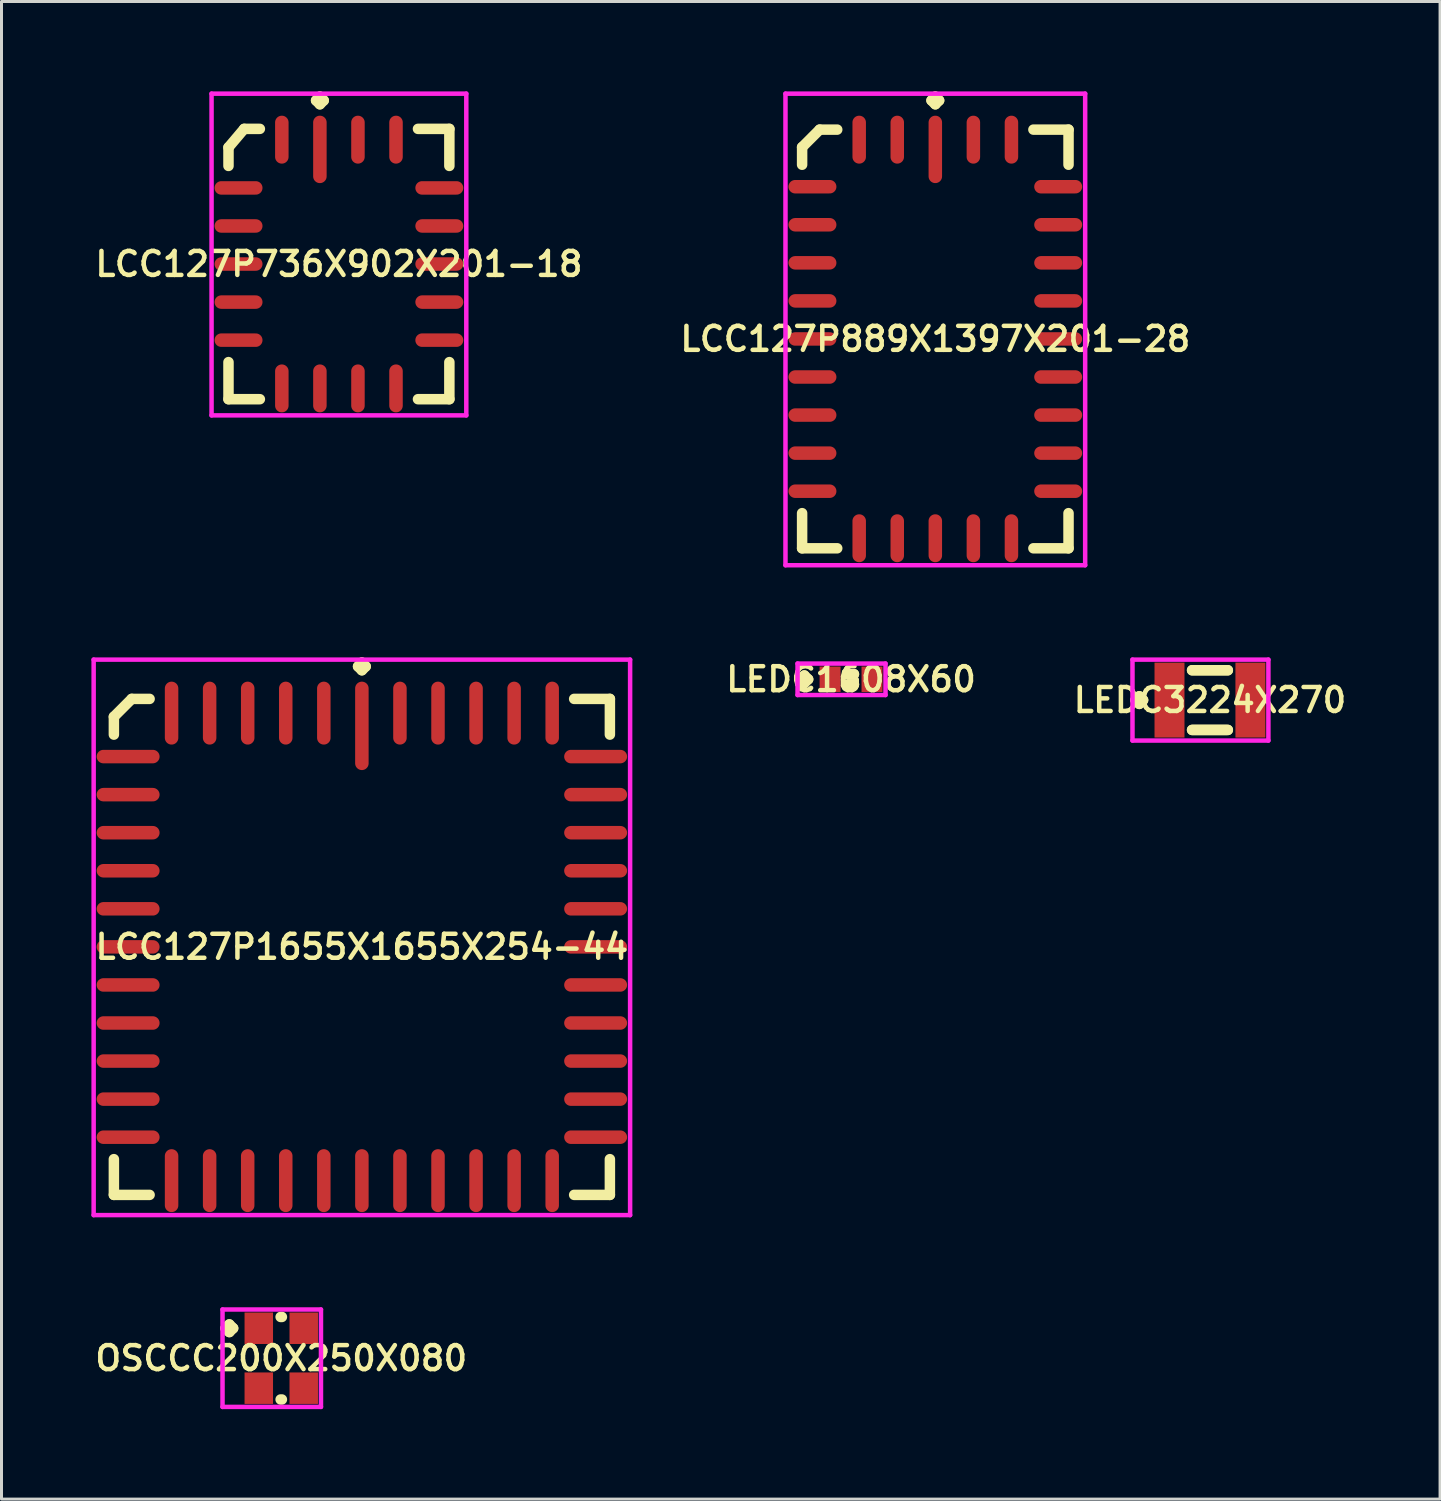
<source format=kicad_pcb>
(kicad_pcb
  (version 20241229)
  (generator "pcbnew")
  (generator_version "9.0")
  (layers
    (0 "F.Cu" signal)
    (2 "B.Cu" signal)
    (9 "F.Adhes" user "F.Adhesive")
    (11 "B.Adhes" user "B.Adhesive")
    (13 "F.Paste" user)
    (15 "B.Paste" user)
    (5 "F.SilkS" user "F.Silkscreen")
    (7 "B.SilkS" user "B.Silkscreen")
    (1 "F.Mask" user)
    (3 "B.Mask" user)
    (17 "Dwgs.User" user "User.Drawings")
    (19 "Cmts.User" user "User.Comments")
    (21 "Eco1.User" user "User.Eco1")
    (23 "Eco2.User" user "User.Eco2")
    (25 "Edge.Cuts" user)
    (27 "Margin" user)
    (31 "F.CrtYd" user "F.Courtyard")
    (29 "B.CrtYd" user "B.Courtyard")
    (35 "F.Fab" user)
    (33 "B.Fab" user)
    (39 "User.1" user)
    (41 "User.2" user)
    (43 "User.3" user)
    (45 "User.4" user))
  (footprint "OSCCC200X250X080"
    (layer "F.Cu")
    (at 6.335 42.27)
    (property "Reference" "OSCCC200X250X080" (at 0 0 0) (layer "F.SilkS") (effects (font (size 0.8 0.8) (thickness 0.15))))
    (attr smd)
    (fp_line (start -1.86 -1) (end -1.733 -1.127) (stroke (width 0.35) (type solid)) (layer "F.SilkS"))
    (fp_line (start -1.733 -1.127) (end -1.606 -1) (stroke (width 0.35) (type solid)) (layer "F.SilkS"))
    (fp_line (start -1.733 -0.873) (end -1.86 -1) (stroke (width 0.35) (type solid)) (layer "F.SilkS"))
    (fp_line (start -1.606 -1) (end -1.733 -0.873) (stroke (width 0.35) (type solid)) (layer "F.SilkS"))
    (fp_line (start -0.021 -1.377) (end 0.021 -1.377) (stroke (width 0.35) (type solid)) (layer "F.SilkS"))
    (fp_line (start -0.021 1.377) (end 0.021 1.377) (stroke (width 0.35) (type solid)) (layer "F.SilkS"))
    (fp_line (start -1.96 -1.625) (end 1.325 -1.625) (stroke (width 0.15) (type solid)) (layer "F.CrtYd"))
    (fp_line (start -1.96 1.625) (end -1.96 -1.625) (stroke (width 0.15) (type solid)) (layer "F.CrtYd"))
    (fp_line (start 1.325 -1.625) (end 1.325 1.625) (stroke (width 0.15) (type solid)) (layer "F.CrtYd"))
    (fp_line (start 1.325 1.625) (end -1.96 1.625) (stroke (width 0.15) (type solid)) (layer "F.CrtYd"))
    (pad "1" smd rect (at -0.75 -1) (size 0.95 1.05) (layers "F.Cu" "F.Mask" "F.Paste"))
    (pad "2" smd rect (at -0.75 1) (size 0.95 1.05) (layers "F.Cu" "F.Mask" "F.Paste"))
    (pad "3" smd rect (at 0.75 1) (size 0.95 1.05) (layers "F.Cu" "F.Mask" "F.Paste"))
    (pad "4" smd rect (at 0.75 -1) (size 0.95 1.05) (layers "F.Cu" "F.Mask" "F.Paste")))
  (footprint "LCC127P736X902X201-18"
    (layer "F.Cu")
    (at 8.259 5.76)
    (property "Reference" "LCC127P736X902X201-18" (at 0 0 0) (layer "F.SilkS") (effects (font (size 0.8 0.8) (thickness 0.15))))
    (attr smd)
    (fp_line (start -3.685 -3.892) (end -3.162 -4.51) (stroke (width 0.35) (type solid)) (layer "F.SilkS"))
    (fp_line (start -3.685 -3.273) (end -3.685 -3.892) (stroke (width 0.35) (type solid)) (layer "F.SilkS"))
    (fp_line (start -3.685 3.273) (end -3.685 4.51) (stroke (width 0.35) (type solid)) (layer "F.SilkS"))
    (fp_line (start -3.685 4.51) (end -2.638 4.51) (stroke (width 0.35) (type solid)) (layer "F.SilkS"))
    (fp_line (start -3.162 -4.51) (end -2.638 -4.51) (stroke (width 0.35) (type solid)) (layer "F.SilkS"))
    (fp_line (start -0.762 -5.458) (end -0.635 -5.585) (stroke (width 0.35) (type solid)) (layer "F.SilkS"))
    (fp_line (start -0.635 -5.585) (end -0.508 -5.458) (stroke (width 0.35) (type solid)) (layer "F.SilkS"))
    (fp_line (start -0.635 -5.331) (end -0.762 -5.458) (stroke (width 0.35) (type solid)) (layer "F.SilkS"))
    (fp_line (start -0.508 -5.458) (end -0.635 -5.331) (stroke (width 0.35) (type solid)) (layer "F.SilkS"))
    (fp_line (start 3.685 -4.51) (end 2.638 -4.51) (stroke (width 0.35) (type solid)) (layer "F.SilkS"))
    (fp_line (start 3.685 -3.273) (end 3.685 -4.51) (stroke (width 0.35) (type solid)) (layer "F.SilkS"))
    (fp_line (start 3.685 3.273) (end 3.685 4.51) (stroke (width 0.35) (type solid)) (layer "F.SilkS"))
    (fp_line (start 3.685 4.51) (end 2.638 4.51) (stroke (width 0.35) (type solid)) (layer "F.SilkS"))
    (fp_line (start -4.25 -5.685) (end 4.25 -5.685) (stroke (width 0.15) (type solid)) (layer "F.CrtYd"))
    (fp_line (start -4.25 5.05) (end -4.25 -5.685) (stroke (width 0.15) (type solid)) (layer "F.CrtYd"))
    (fp_line (start 4.25 -5.685) (end 4.25 5.05) (stroke (width 0.15) (type solid)) (layer "F.CrtYd"))
    (fp_line (start 4.25 5.05) (end -4.25 5.05) (stroke (width 0.15) (type solid)) (layer "F.CrtYd"))
    (pad "1" smd oval (at -0.635 -3.825) (size 0.45 2.25) (layers "F.Cu" "F.Mask" "F.Paste"))
    (pad "2" smd oval (at -1.905 -4.15) (size 0.45 1.6) (layers "F.Cu" "F.Mask" "F.Paste"))
    (pad "3" smd oval (at -3.35 -2.54) (size 1.6 0.45) (layers "F.Cu" "F.Mask" "F.Paste"))
    (pad "4" smd oval (at -3.35 -1.27) (size 1.6 0.45) (layers "F.Cu" "F.Mask" "F.Paste"))
    (pad "5" smd oval (at -3.35 0) (size 1.6 0.45) (layers "F.Cu" "F.Mask" "F.Paste"))
    (pad "6" smd oval (at -3.35 1.27) (size 1.6 0.45) (layers "F.Cu" "F.Mask" "F.Paste"))
    (pad "7" smd oval (at -3.35 2.54) (size 1.6 0.45) (layers "F.Cu" "F.Mask" "F.Paste"))
    (pad "8" smd oval (at -1.905 4.15) (size 0.45 1.6) (layers "F.Cu" "F.Mask" "F.Paste"))
    (pad "9" smd oval (at -0.635 4.15) (size 0.45 1.6) (layers "F.Cu" "F.Mask" "F.Paste"))
    (pad "10" smd oval (at 0.635 4.15) (size 0.45 1.6) (layers "F.Cu" "F.Mask" "F.Paste"))
    (pad "11" smd oval (at 1.905 4.15) (size 0.45 1.6) (layers "F.Cu" "F.Mask" "F.Paste"))
    (pad "12" smd oval (at 3.35 2.54) (size 1.6 0.45) (layers "F.Cu" "F.Mask" "F.Paste"))
    (pad "13" smd oval (at 3.35 1.27) (size 1.6 0.45) (layers "F.Cu" "F.Mask" "F.Paste"))
    (pad "14" smd oval (at 3.35 0) (size 1.6 0.45) (layers "F.Cu" "F.Mask" "F.Paste"))
    (pad "15" smd oval (at 3.35 -1.27) (size 1.6 0.45) (layers "F.Cu" "F.Mask" "F.Paste"))
    (pad "16" smd oval (at 3.35 -2.54) (size 1.6 0.45) (layers "F.Cu" "F.Mask" "F.Paste"))
    (pad "17" smd oval (at 1.905 -4.15) (size 0.45 1.6) (layers "F.Cu" "F.Mask" "F.Paste"))
    (pad "18" smd oval (at 0.635 -4.15) (size 0.45 1.6) (layers "F.Cu" "F.Mask" "F.Paste")))
  (footprint "LCC127P1655X1655X254-44"
    (layer "F.Cu")
    (at 9.025 28.545)
    (property "Reference" "LCC127P1655X1655X254-44" (at 0 0 0) (layer "F.SilkS") (effects (font (size 0.8 0.8) (thickness 0.15))))
    (attr smd)
    (fp_line (start -8.275 -7.679) (end -7.679 -8.275) (stroke (width 0.35) (type solid)) (layer "F.SilkS"))
    (fp_line (start -8.275 -7.083) (end -8.275 -7.679) (stroke (width 0.35) (type solid)) (layer "F.SilkS"))
    (fp_line (start -8.275 7.083) (end -8.275 8.275) (stroke (width 0.35) (type solid)) (layer "F.SilkS"))
    (fp_line (start -8.275 8.275) (end -7.083 8.275) (stroke (width 0.35) (type solid)) (layer "F.SilkS"))
    (fp_line (start -7.679 -8.275) (end -7.083 -8.275) (stroke (width 0.35) (type solid)) (layer "F.SilkS"))
    (fp_line (start -0.127 -9.358) (end 0 -9.485) (stroke (width 0.35) (type solid)) (layer "F.SilkS"))
    (fp_line (start 0 -9.485) (end 0.127 -9.358) (stroke (width 0.35) (type solid)) (layer "F.SilkS"))
    (fp_line (start 0 -9.231) (end -0.127 -9.358) (stroke (width 0.35) (type solid)) (layer "F.SilkS"))
    (fp_line (start 0.127 -9.358) (end 0 -9.231) (stroke (width 0.35) (type solid)) (layer "F.SilkS"))
    (fp_line (start 8.275 -8.275) (end 7.083 -8.275) (stroke (width 0.35) (type solid)) (layer "F.SilkS"))
    (fp_line (start 8.275 -7.083) (end 8.275 -8.275) (stroke (width 0.35) (type solid)) (layer "F.SilkS"))
    (fp_line (start 8.275 7.083) (end 8.275 8.275) (stroke (width 0.35) (type solid)) (layer "F.SilkS"))
    (fp_line (start 8.275 8.275) (end 7.083 8.275) (stroke (width 0.35) (type solid)) (layer "F.SilkS"))
    (fp_line (start -8.95 -9.585) (end 8.95 -9.585) (stroke (width 0.15) (type solid)) (layer "F.CrtYd"))
    (fp_line (start -8.95 8.95) (end -8.95 -9.585) (stroke (width 0.15) (type solid)) (layer "F.CrtYd"))
    (fp_line (start 8.95 -9.585) (end 8.95 8.95) (stroke (width 0.15) (type solid)) (layer "F.CrtYd"))
    (fp_line (start 8.95 8.95) (end -8.95 8.95) (stroke (width 0.15) (type solid)) (layer "F.CrtYd"))
    (pad "1" smd oval (at 0 -7.375) (size 0.45 2.95) (layers "F.Cu" "F.Mask" "F.Paste"))
    (pad "2" smd oval (at -1.27 -7.8) (size 0.45 2.1) (layers "F.Cu" "F.Mask" "F.Paste"))
    (pad "3" smd oval (at -2.54 -7.8) (size 0.45 2.1) (layers "F.Cu" "F.Mask" "F.Paste"))
    (pad "4" smd oval (at -3.81 -7.8) (size 0.45 2.1) (layers "F.Cu" "F.Mask" "F.Paste"))
    (pad "5" smd oval (at -5.08 -7.8) (size 0.45 2.1) (layers "F.Cu" "F.Mask" "F.Paste"))
    (pad "6" smd oval (at -6.35 -7.8) (size 0.45 2.1) (layers "F.Cu" "F.Mask" "F.Paste"))
    (pad "7" smd oval (at -7.8 -6.35) (size 2.1 0.45) (layers "F.Cu" "F.Mask" "F.Paste"))
    (pad "8" smd oval (at -7.8 -5.08) (size 2.1 0.45) (layers "F.Cu" "F.Mask" "F.Paste"))
    (pad "9" smd oval (at -7.8 -3.81) (size 2.1 0.45) (layers "F.Cu" "F.Mask" "F.Paste"))
    (pad "10" smd oval (at -7.8 -2.54) (size 2.1 0.45) (layers "F.Cu" "F.Mask" "F.Paste"))
    (pad "11" smd oval (at -7.8 -1.27) (size 2.1 0.45) (layers "F.Cu" "F.Mask" "F.Paste"))
    (pad "12" smd oval (at -7.8 0) (size 2.1 0.45) (layers "F.Cu" "F.Mask" "F.Paste"))
    (pad "13" smd oval (at -7.8 1.27) (size 2.1 0.45) (layers "F.Cu" "F.Mask" "F.Paste"))
    (pad "14" smd oval (at -7.8 2.54) (size 2.1 0.45) (layers "F.Cu" "F.Mask" "F.Paste"))
    (pad "15" smd oval (at -7.8 3.81) (size 2.1 0.45) (layers "F.Cu" "F.Mask" "F.Paste"))
    (pad "16" smd oval (at -7.8 5.08) (size 2.1 0.45) (layers "F.Cu" "F.Mask" "F.Paste"))
    (pad "17" smd oval (at -7.8 6.35) (size 2.1 0.45) (layers "F.Cu" "F.Mask" "F.Paste"))
    (pad "18" smd oval (at -6.35 7.8) (size 0.45 2.1) (layers "F.Cu" "F.Mask" "F.Paste"))
    (pad "19" smd oval (at -5.08 7.8) (size 0.45 2.1) (layers "F.Cu" "F.Mask" "F.Paste"))
    (pad "20" smd oval (at -3.81 7.8) (size 0.45 2.1) (layers "F.Cu" "F.Mask" "F.Paste"))
    (pad "21" smd oval (at -2.54 7.8) (size 0.45 2.1) (layers "F.Cu" "F.Mask" "F.Paste"))
    (pad "22" smd oval (at -1.27 7.8) (size 0.45 2.1) (layers "F.Cu" "F.Mask" "F.Paste"))
    (pad "23" smd oval (at 0 7.8) (size 0.45 2.1) (layers "F.Cu" "F.Mask" "F.Paste"))
    (pad "24" smd oval (at 1.27 7.8) (size 0.45 2.1) (layers "F.Cu" "F.Mask" "F.Paste"))
    (pad "25" smd oval (at 2.54 7.8) (size 0.45 2.1) (layers "F.Cu" "F.Mask" "F.Paste"))
    (pad "26" smd oval (at 3.81 7.8) (size 0.45 2.1) (layers "F.Cu" "F.Mask" "F.Paste"))
    (pad "27" smd oval (at 5.08 7.8) (size 0.45 2.1) (layers "F.Cu" "F.Mask" "F.Paste"))
    (pad "28" smd oval (at 6.35 7.8) (size 0.45 2.1) (layers "F.Cu" "F.Mask" "F.Paste"))
    (pad "29" smd oval (at 7.8 6.35) (size 2.1 0.45) (layers "F.Cu" "F.Mask" "F.Paste"))
    (pad "30" smd oval (at 7.8 5.08) (size 2.1 0.45) (layers "F.Cu" "F.Mask" "F.Paste"))
    (pad "31" smd oval (at 7.8 3.81) (size 2.1 0.45) (layers "F.Cu" "F.Mask" "F.Paste"))
    (pad "32" smd oval (at 7.8 2.54) (size 2.1 0.45) (layers "F.Cu" "F.Mask" "F.Paste"))
    (pad "33" smd oval (at 7.8 1.27) (size 2.1 0.45) (layers "F.Cu" "F.Mask" "F.Paste"))
    (pad "34" smd oval (at 7.8 0) (size 2.1 0.45) (layers "F.Cu" "F.Mask" "F.Paste"))
    (pad "35" smd oval (at 7.8 -1.27) (size 2.1 0.45) (layers "F.Cu" "F.Mask" "F.Paste"))
    (pad "36" smd oval (at 7.8 -2.54) (size 2.1 0.45) (layers "F.Cu" "F.Mask" "F.Paste"))
    (pad "37" smd oval (at 7.8 -3.81) (size 2.1 0.45) (layers "F.Cu" "F.Mask" "F.Paste"))
    (pad "38" smd oval (at 7.8 -5.08) (size 2.1 0.45) (layers "F.Cu" "F.Mask" "F.Paste"))
    (pad "39" smd oval (at 7.8 -6.35) (size 2.1 0.45) (layers "F.Cu" "F.Mask" "F.Paste"))
    (pad "40" smd oval (at 6.35 -7.8) (size 0.45 2.1) (layers "F.Cu" "F.Mask" "F.Paste"))
    (pad "41" smd oval (at 5.08 -7.8) (size 0.45 2.1) (layers "F.Cu" "F.Mask" "F.Paste"))
    (pad "42" smd oval (at 3.81 -7.8) (size 0.45 2.1) (layers "F.Cu" "F.Mask" "F.Paste"))
    (pad "43" smd oval (at 2.54 -7.8) (size 0.45 2.1) (layers "F.Cu" "F.Mask" "F.Paste"))
    (pad "44" smd oval (at 1.27 -7.8) (size 0.45 2.1) (layers "F.Cu" "F.Mask" "F.Paste")))
  (footprint "LEDC3224X270"
    (layer "F.Cu")
    (at 37.323 20.31)
    (property "Reference" "LEDC3224X270" (at 0 0 0) (layer "F.SilkS") (effects (font (size 0.8 0.8) (thickness 0.15))))
    (attr smd)
    (fp_line (start -2.485 0) (end -2.358 -0.127) (stroke (width 0.35) (type solid)) (layer "F.SilkS"))
    (fp_line (start -2.358 -0.127) (end -2.231 0) (stroke (width 0.35) (type solid)) (layer "F.SilkS"))
    (fp_line (start -2.358 0.127) (end -2.485 0) (stroke (width 0.35) (type solid)) (layer "F.SilkS"))
    (fp_line (start -2.231 0) (end -2.358 0.127) (stroke (width 0.35) (type solid)) (layer "F.SilkS"))
    (fp_line (start -0.596 -0.996) (end 0.596 -0.996) (stroke (width 0.35) (type solid)) (layer "F.SilkS"))
    (fp_line (start -0.596 0.996) (end 0.596 0.996) (stroke (width 0.35) (type solid)) (layer "F.SilkS"))
    (fp_line (start 0.596 -0.996) (end -0.596 -0.996) (stroke (width 0.35) (type solid)) (layer "F.SilkS"))
    (fp_line (start 0.596 0.996) (end -0.596 0.996) (stroke (width 0.35) (type solid)) (layer "F.SilkS"))
    (fp_line (start -2.585 -1.35) (end 1.95 -1.35) (stroke (width 0.15) (type solid)) (layer "F.CrtYd"))
    (fp_line (start -2.585 1.35) (end -2.585 -1.35) (stroke (width 0.15) (type solid)) (layer "F.CrtYd"))
    (fp_line (start 1.95 -1.35) (end 1.95 1.35) (stroke (width 0.15) (type solid)) (layer "F.CrtYd"))
    (fp_line (start 1.95 1.35) (end -2.585 1.35) (stroke (width 0.15) (type solid)) (layer "F.CrtYd"))
    (pad "1" smd rect (at -1.35 0) (size 1 2.5) (layers "F.Cu" "F.Mask" "F.Paste"))
    (pad "2" smd rect (at 1.35 0) (size 1 2.5) (layers "F.Cu" "F.Mask" "F.Paste")))
  (footprint "LCC127P889X1397X201-28"
    (layer "F.Cu")
    (at 28.159 8.26)
    (property "Reference" "LCC127P889X1397X201-28" (at 0 0 0) (layer "F.SilkS") (effects (font (size 0.8 0.8) (thickness 0.15))))
    (attr smd)
    (fp_line (start -4.445 -6.399) (end -3.859 -6.985) (stroke (width 0.35) (type solid)) (layer "F.SilkS"))
    (fp_line (start -4.445 -5.813) (end -4.445 -6.399) (stroke (width 0.35) (type solid)) (layer "F.SilkS"))
    (fp_line (start -4.445 5.813) (end -4.445 6.985) (stroke (width 0.35) (type solid)) (layer "F.SilkS"))
    (fp_line (start -4.445 6.985) (end -3.273 6.985) (stroke (width 0.35) (type solid)) (layer "F.SilkS"))
    (fp_line (start -3.859 -6.985) (end -3.273 -6.985) (stroke (width 0.35) (type solid)) (layer "F.SilkS"))
    (fp_line (start -0.127 -7.958) (end 0 -8.085) (stroke (width 0.35) (type solid)) (layer "F.SilkS"))
    (fp_line (start 0 -8.085) (end 0.127 -7.958) (stroke (width 0.35) (type solid)) (layer "F.SilkS"))
    (fp_line (start 0 -7.831) (end -0.127 -7.958) (stroke (width 0.35) (type solid)) (layer "F.SilkS"))
    (fp_line (start 0.127 -7.958) (end 0 -7.831) (stroke (width 0.35) (type solid)) (layer "F.SilkS"))
    (fp_line (start 4.445 -6.985) (end 3.273 -6.985) (stroke (width 0.35) (type solid)) (layer "F.SilkS"))
    (fp_line (start 4.445 -5.813) (end 4.445 -6.985) (stroke (width 0.35) (type solid)) (layer "F.SilkS"))
    (fp_line (start 4.445 5.813) (end 4.445 6.985) (stroke (width 0.35) (type solid)) (layer "F.SilkS"))
    (fp_line (start 4.445 6.985) (end 3.273 6.985) (stroke (width 0.35) (type solid)) (layer "F.SilkS"))
    (fp_line (start -5 -8.185) (end 5 -8.185) (stroke (width 0.15) (type solid)) (layer "F.CrtYd"))
    (fp_line (start -5 7.55) (end -5 -8.185) (stroke (width 0.15) (type solid)) (layer "F.CrtYd"))
    (fp_line (start 5 -8.185) (end 5 7.55) (stroke (width 0.15) (type solid)) (layer "F.CrtYd"))
    (fp_line (start 5 7.55) (end -5 7.55) (stroke (width 0.15) (type solid)) (layer "F.CrtYd"))
    (pad "1" smd oval (at 0 -6.325) (size 0.45 2.25) (layers "F.Cu" "F.Mask" "F.Paste"))
    (pad "2" smd oval (at -1.27 -6.65) (size 0.45 1.6) (layers "F.Cu" "F.Mask" "F.Paste"))
    (pad "3" smd oval (at -2.54 -6.65) (size 0.45 1.6) (layers "F.Cu" "F.Mask" "F.Paste"))
    (pad "4" smd oval (at -4.1 -5.08) (size 1.6 0.45) (layers "F.Cu" "F.Mask" "F.Paste"))
    (pad "5" smd oval (at -4.1 -3.81) (size 1.6 0.45) (layers "F.Cu" "F.Mask" "F.Paste"))
    (pad "6" smd oval (at -4.1 -2.54) (size 1.6 0.45) (layers "F.Cu" "F.Mask" "F.Paste"))
    (pad "7" smd oval (at -4.1 -1.27) (size 1.6 0.45) (layers "F.Cu" "F.Mask" "F.Paste"))
    (pad "8" smd oval (at -4.1 0) (size 1.6 0.45) (layers "F.Cu" "F.Mask" "F.Paste"))
    (pad "9" smd oval (at -4.1 1.27) (size 1.6 0.45) (layers "F.Cu" "F.Mask" "F.Paste"))
    (pad "10" smd oval (at -4.1 2.54) (size 1.6 0.45) (layers "F.Cu" "F.Mask" "F.Paste"))
    (pad "11" smd oval (at -4.1 3.81) (size 1.6 0.45) (layers "F.Cu" "F.Mask" "F.Paste"))
    (pad "12" smd oval (at -4.1 5.08) (size 1.6 0.45) (layers "F.Cu" "F.Mask" "F.Paste"))
    (pad "13" smd oval (at -2.54 6.65) (size 0.45 1.6) (layers "F.Cu" "F.Mask" "F.Paste"))
    (pad "14" smd oval (at -1.27 6.65) (size 0.45 1.6) (layers "F.Cu" "F.Mask" "F.Paste"))
    (pad "15" smd oval (at 0 6.65) (size 0.45 1.6) (layers "F.Cu" "F.Mask" "F.Paste"))
    (pad "16" smd oval (at 1.27 6.65) (size 0.45 1.6) (layers "F.Cu" "F.Mask" "F.Paste"))
    (pad "17" smd oval (at 2.54 6.65) (size 0.45 1.6) (layers "F.Cu" "F.Mask" "F.Paste"))
    (pad "18" smd oval (at 4.1 5.08) (size 1.6 0.45) (layers "F.Cu" "F.Mask" "F.Paste"))
    (pad "19" smd oval (at 4.1 3.81) (size 1.6 0.45) (layers "F.Cu" "F.Mask" "F.Paste"))
    (pad "20" smd oval (at 4.1 2.54) (size 1.6 0.45) (layers "F.Cu" "F.Mask" "F.Paste"))
    (pad "21" smd oval (at 4.1 1.27) (size 1.6 0.45) (layers "F.Cu" "F.Mask" "F.Paste"))
    (pad "22" smd oval (at 4.1 0) (size 1.6 0.45) (layers "F.Cu" "F.Mask" "F.Paste"))
    (pad "23" smd oval (at 4.1 -1.27) (size 1.6 0.45) (layers "F.Cu" "F.Mask" "F.Paste"))
    (pad "24" smd oval (at 4.1 -2.54) (size 1.6 0.45) (layers "F.Cu" "F.Mask" "F.Paste"))
    (pad "25" smd oval (at 4.1 -3.81) (size 1.6 0.45) (layers "F.Cu" "F.Mask" "F.Paste"))
    (pad "26" smd oval (at 4.1 -5.08) (size 1.6 0.45) (layers "F.Cu" "F.Mask" "F.Paste"))
    (pad "27" smd oval (at 2.54 -6.65) (size 0.45 1.6) (layers "F.Cu" "F.Mask" "F.Paste"))
    (pad "28" smd oval (at 1.27 -6.65) (size 0.45 1.6) (layers "F.Cu" "F.Mask" "F.Paste")))
  (footprint "LEDC1608X60"
    (layer "F.Cu")
    (at 25.347 19.616)
    (property "Reference" "LEDC1608X60" (at 0 0 0) (layer "F.SilkS") (effects (font (size 0.8 0.8) (thickness 0.15))))
    (attr smd)
    (fp_line (start -1.685 0) (end -1.558 -0.127) (stroke (width 0.35) (type solid)) (layer "F.SilkS"))
    (fp_line (start -1.558 -0.127) (end -1.431 0) (stroke (width 0.35) (type solid)) (layer "F.SilkS"))
    (fp_line (start -1.558 0.127) (end -1.685 0) (stroke (width 0.35) (type solid)) (layer "F.SilkS"))
    (fp_line (start -1.431 0) (end -1.558 0.127) (stroke (width 0.35) (type solid)) (layer "F.SilkS"))
    (fp_line (start -0.096 -0.171) (end 0.096 -0.171) (stroke (width 0.35) (type solid)) (layer "F.SilkS"))
    (fp_line (start -0.096 0.171) (end 0.096 0.171) (stroke (width 0.35) (type solid)) (layer "F.SilkS"))
    (fp_line (start 0.096 -0.171) (end -0.096 -0.171) (stroke (width 0.35) (type solid)) (layer "F.SilkS"))
    (fp_line (start 0.096 0.171) (end -0.096 0.171) (stroke (width 0.35) (type solid)) (layer "F.SilkS"))
    (fp_line (start -1.785 -0.525) (end 1.15 -0.525) (stroke (width 0.15) (type solid)) (layer "F.CrtYd"))
    (fp_line (start -1.785 0.525) (end -1.785 -0.525) (stroke (width 0.15) (type solid)) (layer "F.CrtYd"))
    (fp_line (start 1.15 -0.525) (end 1.15 0.525) (stroke (width 0.15) (type solid)) (layer "F.CrtYd"))
    (fp_line (start 1.15 0.525) (end -1.785 0.525) (stroke (width 0.15) (type solid)) (layer "F.CrtYd"))
    (pad "1" smd rect (at -0.7 0) (size 0.7 0.85) (layers "F.Cu" "F.Mask" "F.Paste"))
    (pad "2" smd rect (at 0.7 0) (size 0.7 0.85) (layers "F.Cu" "F.Mask" "F.Paste")))
  (gr_rect
    (start -3 -3)
    (end 45.001 46.97)
    (stroke (width 0.1) (type default))
    (fill no)
    (layer "Edge.Cuts")))
</source>
